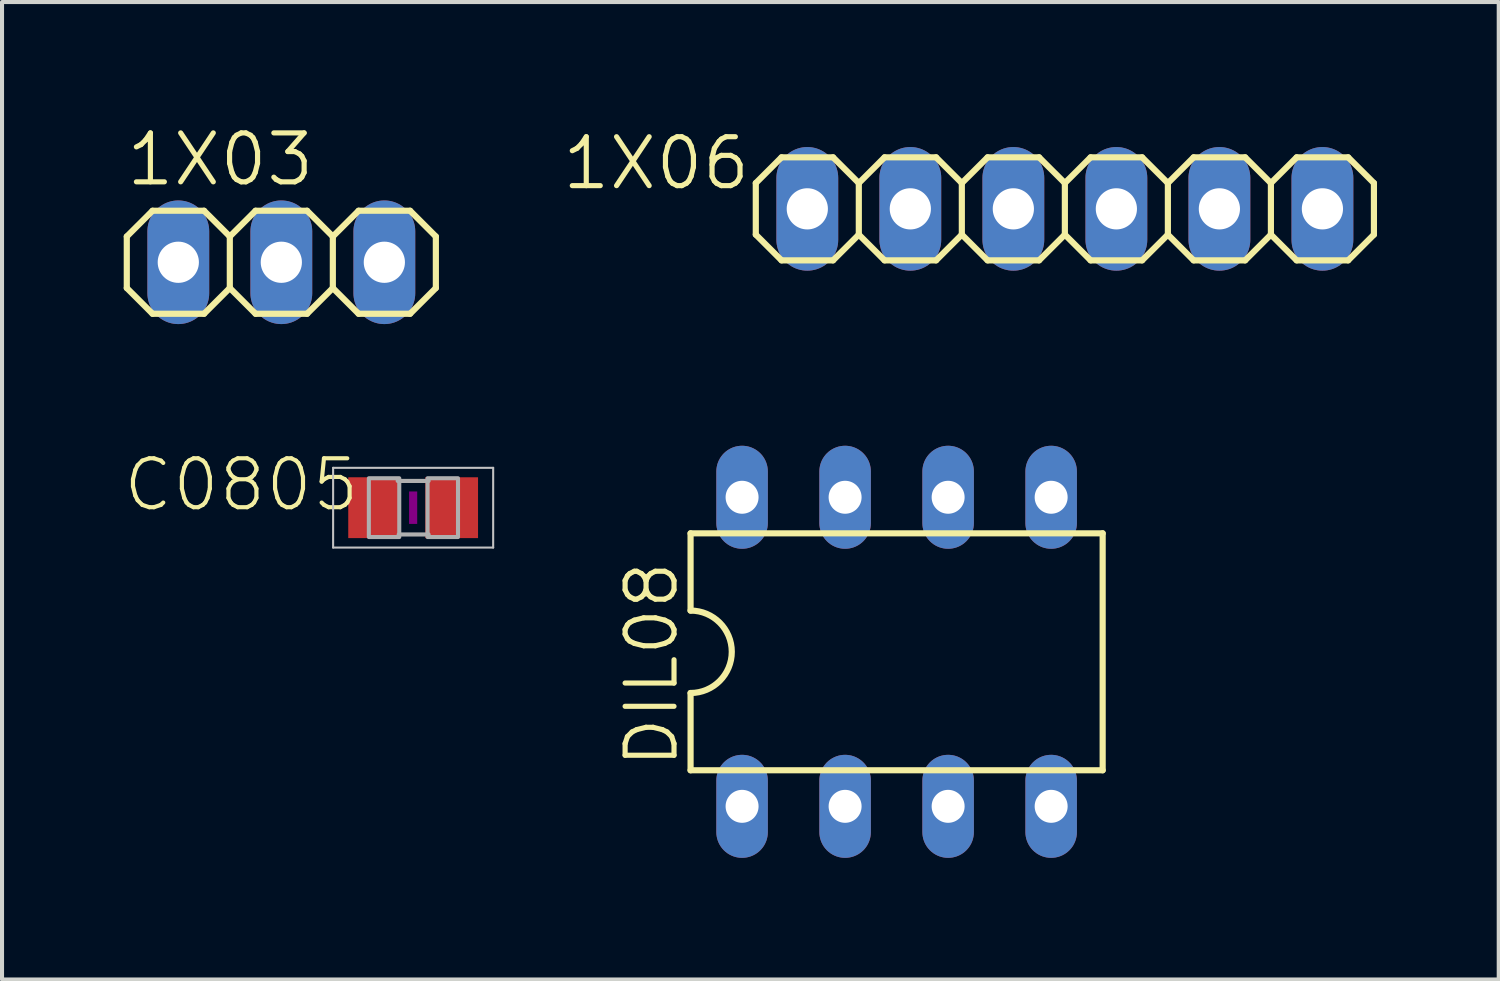
<source format=kicad_pcb>
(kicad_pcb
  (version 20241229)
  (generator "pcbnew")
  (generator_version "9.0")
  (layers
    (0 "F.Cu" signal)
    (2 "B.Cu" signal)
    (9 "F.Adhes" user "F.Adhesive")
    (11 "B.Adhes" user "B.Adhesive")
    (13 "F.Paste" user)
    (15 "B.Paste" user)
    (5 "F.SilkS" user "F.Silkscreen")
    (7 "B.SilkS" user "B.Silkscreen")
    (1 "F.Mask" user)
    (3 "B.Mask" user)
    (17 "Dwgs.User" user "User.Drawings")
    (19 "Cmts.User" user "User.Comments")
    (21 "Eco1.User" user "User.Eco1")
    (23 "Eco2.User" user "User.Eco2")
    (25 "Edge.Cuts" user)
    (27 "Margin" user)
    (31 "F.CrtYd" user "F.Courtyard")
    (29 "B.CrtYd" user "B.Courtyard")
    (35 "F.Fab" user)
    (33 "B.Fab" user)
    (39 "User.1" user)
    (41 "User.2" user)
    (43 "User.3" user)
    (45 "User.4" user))
  (footprint "1X03"
    (layer "F.Cu")
    (at 3.886 3.416)
    (property "Reference" "1X03" (at -3.886 -1.829 0) (layer "F.SilkS") (effects (font (size 1.206 1.206) (thickness 0.127)) (justify left bottom)))
    (attr through_hole)
    (fp_line (start -3.81 -0.635) (end -3.81 0.635) (stroke (width 0.152) (type solid)) (layer "F.SilkS"))
    (fp_line (start -3.81 0.635) (end -3.175 1.27) (stroke (width 0.152) (type solid)) (layer "F.SilkS"))
    (fp_line (start -3.175 -1.27) (end -3.81 -0.635) (stroke (width 0.152) (type solid)) (layer "F.SilkS"))
    (fp_line (start -3.175 -1.27) (end -1.905 -1.27) (stroke (width 0.152) (type solid)) (layer "F.SilkS"))
    (fp_line (start -1.905 -1.27) (end -1.27 -0.635) (stroke (width 0.152) (type solid)) (layer "F.SilkS"))
    (fp_line (start -1.905 1.27) (end -3.175 1.27) (stroke (width 0.152) (type solid)) (layer "F.SilkS"))
    (fp_line (start -1.27 -0.635) (end -1.27 0.635) (stroke (width 0.152) (type solid)) (layer "F.SilkS"))
    (fp_line (start -1.27 -0.635) (end -0.635 -1.27) (stroke (width 0.152) (type solid)) (layer "F.SilkS"))
    (fp_line (start -1.27 0.635) (end -1.905 1.27) (stroke (width 0.152) (type solid)) (layer "F.SilkS"))
    (fp_line (start -0.635 -1.27) (end 0.635 -1.27) (stroke (width 0.152) (type solid)) (layer "F.SilkS"))
    (fp_line (start -0.635 1.27) (end -1.27 0.635) (stroke (width 0.152) (type solid)) (layer "F.SilkS"))
    (fp_line (start 0.635 -1.27) (end 1.27 -0.635) (stroke (width 0.152) (type solid)) (layer "F.SilkS"))
    (fp_line (start 0.635 1.27) (end -0.635 1.27) (stroke (width 0.152) (type solid)) (layer "F.SilkS"))
    (fp_line (start 1.27 -0.635) (end 1.27 0.635) (stroke (width 0.152) (type solid)) (layer "F.SilkS"))
    (fp_line (start 1.27 -0.635) (end 1.905 -1.27) (stroke (width 0.152) (type solid)) (layer "F.SilkS"))
    (fp_line (start 1.27 0.635) (end 0.635 1.27) (stroke (width 0.152) (type solid)) (layer "F.SilkS"))
    (fp_line (start 1.905 -1.27) (end 3.175 -1.27) (stroke (width 0.152) (type solid)) (layer "F.SilkS"))
    (fp_line (start 1.905 1.27) (end 1.27 0.635) (stroke (width 0.152) (type solid)) (layer "F.SilkS"))
    (fp_line (start 3.175 -1.27) (end 3.81 -0.635) (stroke (width 0.152) (type solid)) (layer "F.SilkS"))
    (fp_line (start 3.175 1.27) (end 1.905 1.27) (stroke (width 0.152) (type solid)) (layer "F.SilkS"))
    (fp_line (start 3.81 -0.635) (end 3.81 0.635) (stroke (width 0.152) (type solid)) (layer "F.SilkS"))
    (fp_line (start 3.81 0.635) (end 3.175 1.27) (stroke (width 0.152) (type solid)) (layer "F.SilkS"))
    (fp_poly (pts (xy -2.794 0.254) (xy -2.286 0.254) (xy -2.286 -0.254) (xy -2.794 -0.254)) (stroke (width 0.1) (type solid)) (fill no) (layer "F.Fab"))
    (fp_poly (pts (xy -0.254 0.254) (xy 0.254 0.254) (xy 0.254 -0.254) (xy -0.254 -0.254)) (stroke (width 0.1) (type solid)) (fill no) (layer "F.Fab"))
    (fp_poly (pts (xy 2.286 0.254) (xy 2.794 0.254) (xy 2.794 -0.254) (xy 2.286 -0.254)) (stroke (width 0.1) (type solid)) (fill no) (layer "F.Fab"))
    (pad "1" thru_hole oval (at -2.54 0 90) (size 3.048 1.524) (drill 1.016) (layers "*.Cu" "*.Mask"))
    (pad "2" thru_hole oval (at 0 0 90) (size 3.048 1.524) (drill 1.016) (layers "*.Cu" "*.Mask"))
    (pad "3" thru_hole oval (at 2.54 0 90) (size 3.048 1.524) (drill 1.016) (layers "*.Cu" "*.Mask")))
  (footprint "1X06"
    (layer "F.Cu")
    (at 23.204 2.099)
    (property "Reference" "1X06" (at -7.696 -1.829 0) (layer "F.SilkS") (effects (font (size 1.206 1.206) (thickness 0.127)) (justify right top)))
    (attr through_hole)
    (fp_line (start -7.62 -0.635) (end -7.62 0.635) (stroke (width 0.152) (type solid)) (layer "F.SilkS"))
    (fp_line (start -7.62 0.635) (end -6.985 1.27) (stroke (width 0.152) (type solid)) (layer "F.SilkS"))
    (fp_line (start -6.985 -1.27) (end -7.62 -0.635) (stroke (width 0.152) (type solid)) (layer "F.SilkS"))
    (fp_line (start -6.985 -1.27) (end -5.715 -1.27) (stroke (width 0.152) (type solid)) (layer "F.SilkS"))
    (fp_line (start -5.715 -1.27) (end -5.08 -0.635) (stroke (width 0.152) (type solid)) (layer "F.SilkS"))
    (fp_line (start -5.715 1.27) (end -6.985 1.27) (stroke (width 0.152) (type solid)) (layer "F.SilkS"))
    (fp_line (start -5.08 -0.635) (end -5.08 0.635) (stroke (width 0.152) (type solid)) (layer "F.SilkS"))
    (fp_line (start -5.08 -0.635) (end -4.445 -1.27) (stroke (width 0.152) (type solid)) (layer "F.SilkS"))
    (fp_line (start -5.08 0.635) (end -5.715 1.27) (stroke (width 0.152) (type solid)) (layer "F.SilkS"))
    (fp_line (start -4.445 -1.27) (end -3.175 -1.27) (stroke (width 0.152) (type solid)) (layer "F.SilkS"))
    (fp_line (start -4.445 1.27) (end -5.08 0.635) (stroke (width 0.152) (type solid)) (layer "F.SilkS"))
    (fp_line (start -3.175 -1.27) (end -2.54 -0.635) (stroke (width 0.152) (type solid)) (layer "F.SilkS"))
    (fp_line (start -3.175 1.27) (end -4.445 1.27) (stroke (width 0.152) (type solid)) (layer "F.SilkS"))
    (fp_line (start -2.54 -0.635) (end -2.54 0.635) (stroke (width 0.152) (type solid)) (layer "F.SilkS"))
    (fp_line (start -2.54 -0.635) (end -1.905 -1.27) (stroke (width 0.152) (type solid)) (layer "F.SilkS"))
    (fp_line (start -2.54 0.635) (end -3.175 1.27) (stroke (width 0.152) (type solid)) (layer "F.SilkS"))
    (fp_line (start -1.905 -1.27) (end -0.635 -1.27) (stroke (width 0.152) (type solid)) (layer "F.SilkS"))
    (fp_line (start -1.905 1.27) (end -2.54 0.635) (stroke (width 0.152) (type solid)) (layer "F.SilkS"))
    (fp_line (start -0.635 -1.27) (end 0 -0.635) (stroke (width 0.152) (type solid)) (layer "F.SilkS"))
    (fp_line (start -0.635 1.27) (end -1.905 1.27) (stroke (width 0.152) (type solid)) (layer "F.SilkS"))
    (fp_line (start 0 -0.635) (end 0 0.635) (stroke (width 0.152) (type solid)) (layer "F.SilkS"))
    (fp_line (start 0 0.635) (end -0.635 1.27) (stroke (width 0.152) (type solid)) (layer "F.SilkS"))
    (fp_line (start 0 0.635) (end 0.635 1.27) (stroke (width 0.152) (type solid)) (layer "F.SilkS"))
    (fp_line (start 0.635 -1.27) (end 0 -0.635) (stroke (width 0.152) (type solid)) (layer "F.SilkS"))
    (fp_line (start 0.635 -1.27) (end 1.905 -1.27) (stroke (width 0.152) (type solid)) (layer "F.SilkS"))
    (fp_line (start 1.905 -1.27) (end 2.54 -0.635) (stroke (width 0.152) (type solid)) (layer "F.SilkS"))
    (fp_line (start 1.905 1.27) (end 0.635 1.27) (stroke (width 0.152) (type solid)) (layer "F.SilkS"))
    (fp_line (start 2.54 -0.635) (end 2.54 0.635) (stroke (width 0.152) (type solid)) (layer "F.SilkS"))
    (fp_line (start 2.54 -0.635) (end 3.175 -1.27) (stroke (width 0.152) (type solid)) (layer "F.SilkS"))
    (fp_line (start 2.54 0.635) (end 1.905 1.27) (stroke (width 0.152) (type solid)) (layer "F.SilkS"))
    (fp_line (start 3.175 -1.27) (end 4.445 -1.27) (stroke (width 0.152) (type solid)) (layer "F.SilkS"))
    (fp_line (start 3.175 1.27) (end 2.54 0.635) (stroke (width 0.152) (type solid)) (layer "F.SilkS"))
    (fp_line (start 4.445 -1.27) (end 5.08 -0.635) (stroke (width 0.152) (type solid)) (layer "F.SilkS"))
    (fp_line (start 4.445 1.27) (end 3.175 1.27) (stroke (width 0.152) (type solid)) (layer "F.SilkS"))
    (fp_line (start 5.08 -0.635) (end 5.08 0.635) (stroke (width 0.152) (type solid)) (layer "F.SilkS"))
    (fp_line (start 5.08 0.635) (end 4.445 1.27) (stroke (width 0.152) (type solid)) (layer "F.SilkS"))
    (fp_line (start 5.08 0.635) (end 5.715 1.27) (stroke (width 0.152) (type solid)) (layer "F.SilkS"))
    (fp_line (start 5.715 -1.27) (end 5.08 -0.635) (stroke (width 0.152) (type solid)) (layer "F.SilkS"))
    (fp_line (start 5.715 -1.27) (end 6.985 -1.27) (stroke (width 0.152) (type solid)) (layer "F.SilkS"))
    (fp_line (start 6.985 -1.27) (end 7.62 -0.635) (stroke (width 0.152) (type solid)) (layer "F.SilkS"))
    (fp_line (start 6.985 1.27) (end 5.715 1.27) (stroke (width 0.152) (type solid)) (layer "F.SilkS"))
    (fp_line (start 7.62 -0.635) (end 7.62 0.635) (stroke (width 0.152) (type solid)) (layer "F.SilkS"))
    (fp_line (start 7.62 0.635) (end 6.985 1.27) (stroke (width 0.152) (type solid)) (layer "F.SilkS"))
    (fp_poly (pts (xy -6.604 0.254) (xy -6.096 0.254) (xy -6.096 -0.254) (xy -6.604 -0.254)) (stroke (width 0.1) (type solid)) (fill no) (layer "F.Fab"))
    (fp_poly (pts (xy -4.064 0.254) (xy -3.556 0.254) (xy -3.556 -0.254) (xy -4.064 -0.254)) (stroke (width 0.1) (type solid)) (fill no) (layer "F.Fab"))
    (fp_poly (pts (xy -1.524 0.254) (xy -1.016 0.254) (xy -1.016 -0.254) (xy -1.524 -0.254)) (stroke (width 0.1) (type solid)) (fill no) (layer "F.Fab"))
    (fp_poly (pts (xy 1.016 0.254) (xy 1.524 0.254) (xy 1.524 -0.254) (xy 1.016 -0.254)) (stroke (width 0.1) (type solid)) (fill no) (layer "F.Fab"))
    (fp_poly (pts (xy 3.556 0.254) (xy 4.064 0.254) (xy 4.064 -0.254) (xy 3.556 -0.254)) (stroke (width 0.1) (type solid)) (fill no) (layer "F.Fab"))
    (fp_poly (pts (xy 6.096 0.254) (xy 6.604 0.254) (xy 6.604 -0.254) (xy 6.096 -0.254)) (stroke (width 0.1) (type solid)) (fill no) (layer "F.Fab"))
    (pad "1" thru_hole oval (at -6.35 0 90) (size 3.048 1.524) (drill 1.016) (layers "*.Cu" "*.Mask"))
    (pad "2" thru_hole oval (at -3.81 0 90) (size 3.048 1.524) (drill 1.016) (layers "*.Cu" "*.Mask"))
    (pad "3" thru_hole oval (at -1.27 0 90) (size 3.048 1.524) (drill 1.016) (layers "*.Cu" "*.Mask"))
    (pad "4" thru_hole oval (at 1.27 0 90) (size 3.048 1.524) (drill 1.016) (layers "*.Cu" "*.Mask"))
    (pad "5" thru_hole oval (at 3.81 0 90) (size 3.048 1.524) (drill 1.016) (layers "*.Cu" "*.Mask"))
    (pad "6" thru_hole oval (at 6.35 0 90) (size 3.048 1.524) (drill 1.016) (layers "*.Cu" "*.Mask")))
  (footprint "C0805"
    (layer "F.Cu")
    (at 7.136 9.467)
    (property "Reference" "C0805" (at -1.27 -1.27 0) (layer "F.SilkS") (effects (font (size 1.206 1.206) (thickness 0.102)) (justify right top)))
    (attr through_hole)
    (fp_poly (pts (xy -0.1 0.4) (xy 0.1 0.4) (xy 0.1 -0.4) (xy -0.1 -0.4)) (stroke (width 0) (type solid)) (fill yes) (layer "F.Adhes"))
    (fp_line (start -1.973 -0.983) (end 1.973 -0.983) (stroke (width 0.051) (type solid)) (layer "Dwgs.User"))
    (fp_line (start -1.973 0.983) (end -1.973 -0.983) (stroke (width 0.051) (type solid)) (layer "Dwgs.User"))
    (fp_line (start 1.973 -0.983) (end 1.973 0.983) (stroke (width 0.051) (type solid)) (layer "Dwgs.User"))
    (fp_line (start 1.973 0.983) (end -1.973 0.983) (stroke (width 0.051) (type solid)) (layer "Dwgs.User"))
    (fp_line (start -0.381 -0.66) (end 0.381 -0.66) (stroke (width 0.102) (type solid)) (layer "F.Fab"))
    (fp_line (start -0.356 0.66) (end 0.381 0.66) (stroke (width 0.102) (type solid)) (layer "F.Fab"))
    (fp_poly (pts (xy -1.092 0.724) (xy -0.342 0.724) (xy -0.342 -0.726) (xy -1.092 -0.726)) (stroke (width 0.1) (type solid)) (fill no) (layer "F.Fab"))
    (fp_poly (pts (xy 0.356 0.724) (xy 1.106 0.724) (xy 1.106 -0.726) (xy 0.356 -0.726)) (stroke (width 0.1) (type solid)) (fill no) (layer "F.Fab"))
    (pad "1" smd rect (at -0.95 0) (size 1.3 1.5) (layers "F.Cu" "F.Mask" "F.Paste"))
    (pad "2" smd rect (at 0.95 0) (size 1.3 1.5) (layers "F.Cu" "F.Mask" "F.Paste")))
  (footprint "DIL08"
    (layer "F.Cu")
    (at 19.056 13.02)
    (property "Reference" "DIL08" (at -5.334 2.921 90) (layer "F.SilkS") (effects (font (size 1.206 1.206) (thickness 0.127)) (justify left bottom)))
    (attr through_hole)
    (fp_line (start -5.08 -2.921) (end -5.08 -1.016) (stroke (width 0.152) (type solid)) (layer "F.SilkS"))
    (fp_line (start -5.08 2.921) (end -5.08 1.016) (stroke (width 0.152) (type solid)) (layer "F.SilkS"))
    (fp_line (start -5.08 2.921) (end 5.08 2.921) (stroke (width 0.152) (type solid)) (layer "F.SilkS"))
    (fp_line (start 5.08 -2.921) (end -5.08 -2.921) (stroke (width 0.152) (type solid)) (layer "F.SilkS"))
    (fp_line (start 5.08 -2.921) (end 5.08 2.921) (stroke (width 0.152) (type solid)) (layer "F.SilkS"))
    (fp_arc (start -5.08 -1.016) (mid -4.064 0) (end -5.08 1.016) (stroke (width 0.1524) (type solid)) (layer "F.SilkS"))
    (pad "1" thru_hole oval (at -3.81 3.81 90) (size 2.54 1.27) (drill 0.813) (layers "*.Cu" "*.Mask"))
    (pad "2" thru_hole oval (at -1.27 3.81 90) (size 2.54 1.27) (drill 0.813) (layers "*.Cu" "*.Mask"))
    (pad "3" thru_hole oval (at 1.27 3.81 90) (size 2.54 1.27) (drill 0.813) (layers "*.Cu" "*.Mask"))
    (pad "4" thru_hole oval (at 3.81 3.81 90) (size 2.54 1.27) (drill 0.813) (layers "*.Cu" "*.Mask"))
    (pad "5" thru_hole oval (at 3.81 -3.81 90) (size 2.54 1.27) (drill 0.813) (layers "*.Cu" "*.Mask"))
    (pad "6" thru_hole oval (at 1.27 -3.81 90) (size 2.54 1.27) (drill 0.813) (layers "*.Cu" "*.Mask"))
    (pad "7" thru_hole oval (at -1.27 -3.81 90) (size 2.54 1.27) (drill 0.813) (layers "*.Cu" "*.Mask"))
    (pad "8" thru_hole oval (at -3.81 -3.81 90) (size 2.54 1.27) (drill 0.813) (layers "*.Cu" "*.Mask")))
  (gr_rect
    (start -3 -3)
    (end 33.901 21.1)
    (stroke (width 0.1) (type default))
    (fill no)
    (layer "Edge.Cuts")))
</source>
